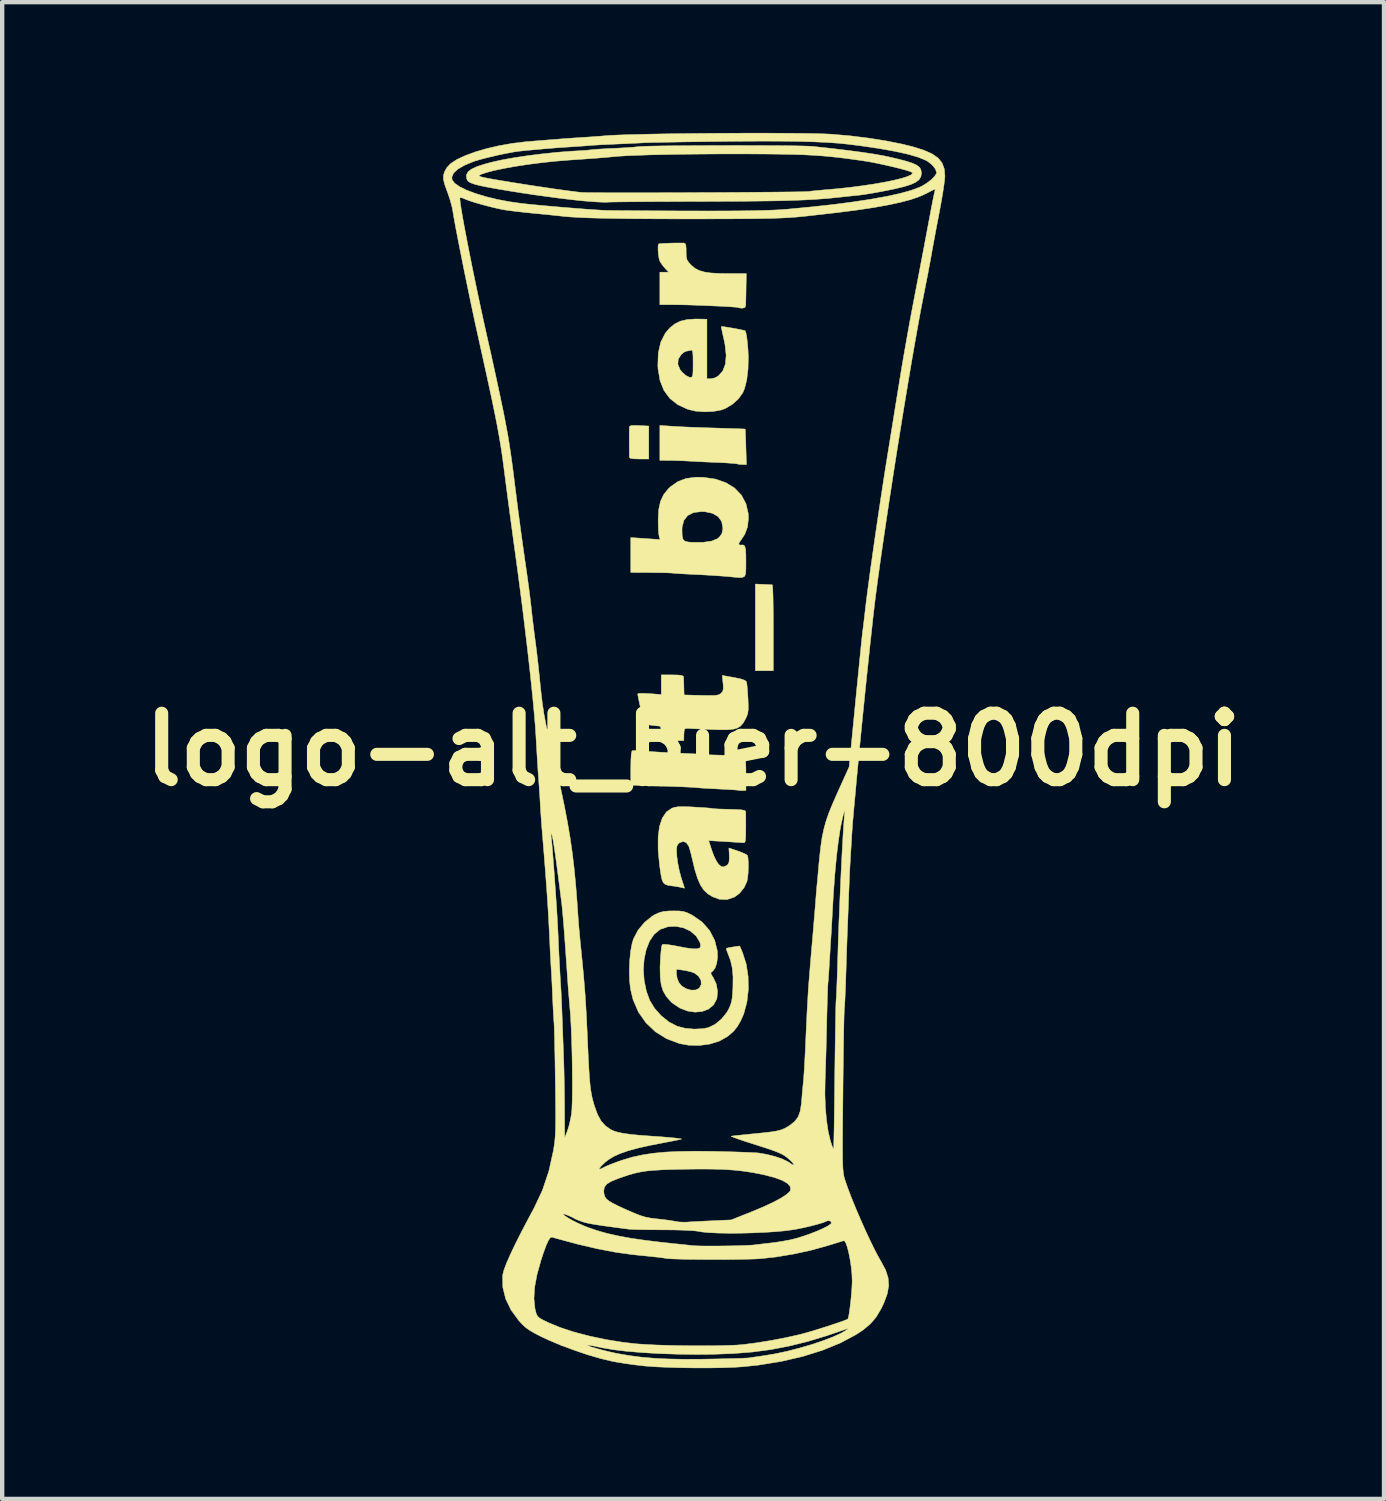
<source format=kicad_pcb>
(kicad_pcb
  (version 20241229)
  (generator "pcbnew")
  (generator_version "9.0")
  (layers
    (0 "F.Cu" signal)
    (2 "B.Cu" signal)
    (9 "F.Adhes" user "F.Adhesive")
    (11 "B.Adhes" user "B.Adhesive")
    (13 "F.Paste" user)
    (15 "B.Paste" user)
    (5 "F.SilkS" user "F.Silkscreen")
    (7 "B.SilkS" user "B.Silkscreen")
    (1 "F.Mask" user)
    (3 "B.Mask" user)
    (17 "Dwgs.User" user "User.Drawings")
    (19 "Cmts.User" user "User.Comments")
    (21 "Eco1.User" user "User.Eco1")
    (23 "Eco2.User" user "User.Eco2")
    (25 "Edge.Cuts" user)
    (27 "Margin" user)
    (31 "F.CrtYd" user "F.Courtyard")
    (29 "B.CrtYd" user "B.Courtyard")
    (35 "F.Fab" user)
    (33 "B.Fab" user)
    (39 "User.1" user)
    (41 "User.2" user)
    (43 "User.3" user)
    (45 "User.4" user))
  (footprint "logo-alt_bier-800dpi"
    (layer "F.Cu")
    (at 12.852 14.149)
    (property "Reference" "logo-alt_bier-800dpi" (at 0 0 0) (layer "F.SilkS") (effects (font (size 1.524 1.524) (thickness 0.3))))
    (attr through_hole)
    (fp_poly (pts (xy 1.611 -3.791) (xy 1.714 -3.786) (xy 1.791 -3.782) (xy 1.818 -3.781) (xy 1.824 -3.75) (xy 1.829 -3.663) (xy 1.834 -3.528) (xy 1.837 -3.352) (xy 1.84 -3.143) (xy 1.841 -2.91) (xy 1.841 -2.794) (xy 1.841 -1.81) (xy 1.429 -1.81) (xy 1.429 -3.799) (xy 1.611 -3.791)) (stroke (width 0.01) (type solid)) (fill yes) (layer "F.SilkS"))
    (fp_poly (pts (xy -1.238 -7.435) (xy -1.016 -7.424) (xy -1.016 -6.668) (xy -1.238 -6.668) (xy -1.368 -6.672) (xy -1.44 -6.685) (xy -1.462 -6.707) (xy -1.462 -6.771) (xy -1.463 -6.875) (xy -1.464 -7.003) (xy -1.464 -7.137) (xy -1.464 -7.259) (xy -1.463 -7.352) (xy -1.463 -7.398) (xy -1.45 -7.423) (xy -1.406 -7.436) (xy -1.32 -7.438) (xy -1.238 -7.435)) (stroke (width 0.01) (type solid)) (fill yes) (layer "F.SilkS"))
    (fp_poly (pts (xy -0.468 -7.418) (xy -0.345 -7.411) (xy -0.173 -7.402) (xy 0.032 -7.394) (xy 0.255 -7.386) (xy 0.481 -7.379) (xy 0.508 -7.378) (xy 0.709 -7.372) (xy 0.887 -7.366) (xy 1.032 -7.362) (xy 1.136 -7.358) (xy 1.19 -7.355) (xy 1.195 -7.354) (xy 1.198 -7.323) (xy 1.202 -7.24) (xy 1.207 -7.118) (xy 1.212 -6.969) (xy 1.212 -6.945) (xy 1.225 -6.54) (xy 1.126 -6.54) (xy 1.052 -6.545) (xy 1.012 -6.555) (xy 1.012 -6.555) (xy 0.977 -6.562) (xy 0.889 -6.569) (xy 0.761 -6.578) (xy 0.604 -6.586) (xy 0.522 -6.589) (xy 0.34 -6.597) (xy 0.167 -6.605) (xy 0.018 -6.613) (xy -0.088 -6.619) (xy -0.111 -6.62) (xy -0.225 -6.626) (xy -0.371 -6.631) (xy -0.516 -6.634) (xy -0.762 -6.636) (xy -0.762 -7.438) (xy -0.468 -7.418)) (stroke (width 0.01) (type solid)) (fill yes) (layer "F.SilkS"))
    (fp_poly (pts (xy -1.256 0.026) (xy -1.137 0.033) (xy -1.104 0.036) (xy -0.98 0.045) (xy -0.811 0.056) (xy -0.617 0.067) (xy -0.416 0.077) (xy -0.337 0.08) (xy -0.156 0.088) (xy 0.01 0.097) (xy 0.146 0.104) (xy 0.24 0.111) (xy 0.27 0.113) (xy 0.338 0.118) (xy 0.453 0.123) (xy 0.601 0.127) (xy 0.764 0.13) (xy 0.771 0.13) (xy 0.925 0.134) (xy 1.055 0.142) (xy 1.149 0.153) (xy 1.193 0.164) (xy 1.195 0.166) (xy 1.202 0.208) (xy 1.208 0.299) (xy 1.212 0.427) (xy 1.213 0.566) (xy 1.213 0.937) (xy 1.131 0.94) (xy 1.066 0.939) (xy 1.04 0.934) (xy 1.006 0.929) (xy 0.921 0.922) (xy 0.796 0.915) (xy 0.643 0.907) (xy 0.587 0.904) (xy 0.419 0.895) (xy 0.268 0.887) (xy 0.149 0.879) (xy 0.075 0.872) (xy 0.065 0.871) (xy 0.011 0.867) (xy -0.096 0.861) (xy -0.245 0.854) (xy -0.427 0.847) (xy -0.631 0.84) (xy -0.721 0.837) (xy -1.429 0.816) (xy -1.429 0.426) (xy -1.426 0.241) (xy -1.418 0.11) (xy -1.404 0.039) (xy -1.394 0.026) (xy -1.348 0.023) (xy -1.256 0.026)) (stroke (width 0.01) (type solid)) (fill yes) (layer "F.SilkS"))
    (fp_poly (pts (xy -0.226 -11.623) (xy -0.214 -11.623) (xy -0.183 -11.612) (xy -0.166 -11.572) (xy -0.159 -11.491) (xy -0.159 -11.426) (xy -0.156 -11.314) (xy -0.14 -11.241) (xy -0.102 -11.18) (xy -0.04 -11.113) (xy 0.042 -11.044) (xy 0.137 -10.994) (xy 0.257 -10.958) (xy 0.41 -10.936) (xy 0.607 -10.925) (xy 0.819 -10.922) (xy 1.222 -10.922) (xy 1.216 -10.597) (xy 1.214 -10.452) (xy 1.211 -10.324) (xy 1.209 -10.232) (xy 1.209 -10.2) (xy 1.189 -10.143) (xy 1.132 -10.128) (xy 1.069 -10.133) (xy 1.045 -10.141) (xy 1.01 -10.148) (xy 0.921 -10.155) (xy 0.79 -10.164) (xy 0.627 -10.173) (xy 0.442 -10.181) (xy 0.246 -10.19) (xy 0.05 -10.197) (xy -0.137 -10.203) (xy -0.303 -10.206) (xy -0.437 -10.208) (xy -0.762 -10.208) (xy -0.762 -10.581) (xy -0.762 -10.954) (xy -0.56 -10.954) (xy -0.641 -11.041) (xy -0.708 -11.122) (xy -0.759 -11.199) (xy -0.761 -11.204) (xy -0.781 -11.268) (xy -0.796 -11.363) (xy -0.803 -11.465) (xy -0.803 -11.552) (xy -0.792 -11.601) (xy -0.791 -11.603) (xy -0.756 -11.608) (xy -0.675 -11.614) (xy -0.564 -11.619) (xy -0.441 -11.623) (xy -0.323 -11.624) (xy -0.226 -11.623)) (stroke (width 0.01) (type solid)) (fill yes) (layer "F.SilkS"))
    (fp_poly (pts (xy -0.336 -1.711) (xy -0.253 -1.699) (xy -0.22 -1.679) (xy -0.219 -1.675) (xy -0.216 -1.623) (xy -0.213 -1.531) (xy -0.211 -1.445) (xy -0.206 -1.254) (xy 0.186 -1.244) (xy 0.354 -1.241) (xy 0.471 -1.242) (xy 0.548 -1.249) (xy 0.599 -1.263) (xy 0.635 -1.286) (xy 0.642 -1.292) (xy 0.678 -1.335) (xy 0.694 -1.392) (xy 0.691 -1.483) (xy 0.687 -1.526) (xy 0.669 -1.702) (xy 0.936 -1.655) (xy 1.092 -1.623) (xy 1.187 -1.59) (xy 1.224 -1.558) (xy 1.234 -1.507) (xy 1.245 -1.408) (xy 1.254 -1.277) (xy 1.26 -1.175) (xy 1.266 -1.021) (xy 1.265 -0.913) (xy 1.255 -0.834) (xy 1.234 -0.768) (xy 1.201 -0.699) (xy 1.148 -0.607) (xy 1.089 -0.54) (xy 1.015 -0.494) (xy 0.916 -0.467) (xy 0.782 -0.455) (xy 0.602 -0.455) (xy 0.429 -0.461) (xy 0.255 -0.469) (xy 0.098 -0.476) (xy -0.028 -0.482) (xy -0.109 -0.486) (xy -0.127 -0.487) (xy -0.176 -0.484) (xy -0.2 -0.457) (xy -0.208 -0.39) (xy -0.21 -0.349) (xy -0.213 -0.206) (xy -0.337 -0.206) (xy -0.454 -0.209) (xy -0.58 -0.215) (xy -0.595 -0.216) (xy -0.73 -0.226) (xy -0.73 -0.383) (xy -0.734 -0.479) (xy -0.75 -0.527) (xy -0.783 -0.541) (xy -0.786 -0.541) (xy -0.878 -0.548) (xy -0.979 -0.562) (xy -1.064 -0.579) (xy -1.112 -0.596) (xy -1.114 -0.598) (xy -1.127 -0.634) (xy -1.149 -0.717) (xy -1.176 -0.829) (xy -1.206 -0.956) (xy -1.233 -1.08) (xy -1.255 -1.187) (xy -1.268 -1.26) (xy -1.27 -1.279) (xy -1.241 -1.288) (xy -1.163 -1.291) (xy -1.051 -1.287) (xy -1 -1.284) (xy -0.73 -1.264) (xy -0.73 -1.714) (xy -0.476 -1.714) (xy -0.336 -1.711)) (stroke (width 0.01) (type solid)) (fill yes) (layer "F.SilkS"))
    (fp_poly (pts (xy 0.214 -9.878) (xy 0.318 -9.874) (xy 0.318 -8.509) (xy 0.408 -8.509) (xy 0.5 -8.529) (xy 0.579 -8.572) (xy 0.682 -8.689) (xy 0.742 -8.847) (xy 0.759 -9.046) (xy 0.733 -9.29) (xy 0.701 -9.445) (xy 0.674 -9.563) (xy 0.655 -9.654) (xy 0.647 -9.703) (xy 0.648 -9.707) (xy 0.68 -9.706) (xy 0.757 -9.695) (xy 0.861 -9.678) (xy 0.975 -9.658) (xy 1.08 -9.638) (xy 1.159 -9.621) (xy 1.195 -9.611) (xy 1.195 -9.61) (xy 1.213 -9.563) (xy 1.231 -9.467) (xy 1.247 -9.335) (xy 1.26 -9.183) (xy 1.267 -9.023) (xy 1.268 -9.004) (xy 1.261 -8.73) (xy 1.232 -8.487) (xy 1.182 -8.286) (xy 1.142 -8.189) (xy 1.043 -8.05) (xy 0.903 -7.924) (xy 0.743 -7.828) (xy 0.654 -7.794) (xy 0.469 -7.759) (xy 0.257 -7.75) (xy 0.049 -7.767) (xy -0.117 -7.806) (xy -0.35 -7.913) (xy -0.533 -8.057) (xy -0.668 -8.241) (xy -0.758 -8.467) (xy -0.804 -8.738) (xy -0.808 -8.811) (xy -0.807 -8.84) (xy -0.349 -8.84) (xy -0.299 -8.719) (xy -0.241 -8.649) (xy -0.164 -8.584) (xy -0.091 -8.546) (xy -0.067 -8.541) (xy -0.036 -8.544) (xy -0.017 -8.563) (xy -0.006 -8.608) (xy -0.001 -8.691) (xy -0.000023 -8.824) (xy 0 -8.862) (xy -0.001 -9.007) (xy -0.006 -9.1) (xy -0.015 -9.15) (xy -0.032 -9.166) (xy -0.05 -9.163) (xy -0.123 -9.146) (xy -0.147 -9.144) (xy -0.2 -9.123) (xy -0.265 -9.072) (xy -0.271 -9.066) (xy -0.34 -8.959) (xy -0.349 -8.84) (xy -0.807 -8.84) (xy -0.798 -9.101) (xy -0.741 -9.349) (xy -0.637 -9.555) (xy -0.535 -9.674) (xy -0.42 -9.767) (xy -0.293 -9.83) (xy -0.141 -9.866) (xy 0.049 -9.88) (xy 0.214 -9.878)) (stroke (width 0.01) (type solid)) (fill yes) (layer "F.SilkS"))
    (fp_poly (pts (xy 0.235 -6.247) (xy 0.514 -6.207) (xy 0.755 -6.123) (xy 0.955 -5.999) (xy 1.109 -5.838) (xy 1.213 -5.644) (xy 1.265 -5.419) (xy 1.27 -5.317) (xy 1.251 -5.115) (xy 1.188 -4.943) (xy 1.106 -4.818) (xy 1.054 -4.742) (xy 1.049 -4.703) (xy 1.093 -4.693) (xy 1.133 -4.696) (xy 1.167 -4.69) (xy 1.19 -4.656) (xy 1.205 -4.585) (xy 1.212 -4.469) (xy 1.213 -4.298) (xy 1.213 -4.29) (xy 1.212 -4.141) (xy 1.207 -4.041) (xy 1.186 -3.98) (xy 1.138 -3.951) (xy 1.055 -3.947) (xy 0.925 -3.958) (xy 0.81 -3.97) (xy 0.684 -3.98) (xy 0.514 -3.992) (xy 0.32 -4.004) (xy 0.122 -4.015) (xy 0.064 -4.017) (xy -0.11 -4.026) (xy -0.263 -4.034) (xy -0.383 -4.042) (xy -0.459 -4.048) (xy -0.476 -4.05) (xy -0.524 -4.053) (xy -0.622 -4.057) (xy -0.758 -4.059) (xy -0.919 -4.061) (xy -0.976 -4.062) (xy -1.429 -4.064) (xy -1.429 -4.865) (xy -1.092 -4.842) (xy -0.756 -4.819) (xy -0.778 -4.89) (xy -0.788 -4.952) (xy -0.794 -5.042) (xy -0.254 -5.042) (xy -0.25 -4.909) (xy -0.232 -4.827) (xy -0.19 -4.783) (xy -0.113 -4.763) (xy -0.02 -4.756) (xy 0.228 -4.756) (xy 0.42 -4.783) (xy 0.555 -4.837) (xy 0.6 -4.872) (xy 0.659 -4.951) (xy 0.681 -5.047) (xy 0.683 -5.093) (xy 0.655 -5.236) (xy 0.575 -5.346) (xy 0.447 -5.421) (xy 0.273 -5.458) (xy 0.19 -5.461) (xy 0.011 -5.439) (xy -0.122 -5.372) (xy -0.21 -5.261) (xy -0.251 -5.108) (xy -0.254 -5.042) (xy -0.794 -5.042) (xy -0.796 -5.059) (xy -0.8 -5.193) (xy -0.801 -5.268) (xy -0.789 -5.504) (xy -0.748 -5.694) (xy -0.675 -5.851) (xy -0.564 -5.988) (xy -0.514 -6.034) (xy -0.348 -6.15) (xy -0.159 -6.221) (xy 0.063 -6.25) (xy 0.235 -6.247)) (stroke (width 0.01) (type solid)) (fill yes) (layer "F.SilkS"))
    (fp_poly (pts (xy -0.091 1.312) (xy 0.029 1.319) (xy 0.182 1.328) (xy 0.311 1.337) (xy 0.403 1.345) (xy 0.446 1.351) (xy 0.447 1.352) (xy 0.484 1.356) (xy 0.572 1.362) (xy 0.696 1.366) (xy 0.836 1.37) (xy 0.998 1.375) (xy 1.106 1.382) (xy 1.17 1.393) (xy 1.201 1.409) (xy 1.209 1.427) (xy 1.209 1.478) (xy 1.21 1.577) (xy 1.21 1.707) (xy 1.21 1.81) (xy 1.208 1.959) (xy 1.204 2.056) (xy 1.195 2.11) (xy 1.178 2.134) (xy 1.153 2.138) (xy 1.153 2.138) (xy 1.1 2.134) (xy 0.999 2.127) (xy 0.865 2.118) (xy 0.728 2.11) (xy 0.358 2.088) (xy 0.434 2.322) (xy 0.481 2.447) (xy 0.535 2.556) (xy 0.583 2.629) (xy 0.587 2.633) (xy 0.647 2.683) (xy 0.698 2.691) (xy 0.745 2.673) (xy 0.793 2.643) (xy 0.821 2.596) (xy 0.831 2.518) (xy 0.829 2.394) (xy 0.828 2.375) (xy 0.822 2.257) (xy 1.022 2.324) (xy 1.128 2.364) (xy 1.209 2.401) (xy 1.246 2.426) (xy 1.26 2.481) (xy 1.267 2.58) (xy 1.268 2.704) (xy 1.263 2.833) (xy 1.251 2.95) (xy 1.237 3.023) (xy 1.171 3.167) (xy 1.067 3.296) (xy 0.952 3.382) (xy 0.78 3.44) (xy 0.607 3.435) (xy 0.453 3.379) (xy 0.34 3.311) (xy 0.247 3.223) (xy 0.169 3.106) (xy 0.102 2.953) (xy 0.04 2.753) (xy -0.015 2.524) (xy -0.045 2.399) (xy -0.075 2.288) (xy -0.099 2.216) (xy -0.156 2.134) (xy -0.231 2.107) (xy -0.312 2.139) (xy -0.324 2.148) (xy -0.357 2.185) (xy -0.374 2.233) (xy -0.379 2.307) (xy -0.373 2.425) (xy -0.372 2.445) (xy -0.352 2.599) (xy -0.317 2.775) (xy -0.275 2.932) (xy -0.195 3.181) (xy -0.264 3.164) (xy -0.335 3.15) (xy -0.44 3.133) (xy -0.503 3.125) (xy -0.583 3.112) (xy -0.641 3.091) (xy -0.682 3.053) (xy -0.712 2.987) (xy -0.735 2.882) (xy -0.758 2.729) (xy -0.77 2.644) (xy -0.802 2.302) (xy -0.802 2.009) (xy -0.771 1.765) (xy -0.707 1.572) (xy -0.612 1.431) (xy -0.486 1.345) (xy -0.422 1.324) (xy -0.344 1.312) (xy -0.239 1.309) (xy -0.091 1.312)) (stroke (width 0.01) (type solid)) (fill yes) (layer "F.SilkS"))
    (fp_poly (pts (xy -0.324 3.702) (xy -0.225 3.714) (xy -0.137 3.742) (xy -0.034 3.792) (xy -0.005 3.808) (xy 0.21 3.959) (xy 0.378 4.15) (xy 0.496 4.376) (xy 0.557 4.62) (xy 0.562 4.763) (xy 0.543 4.9) (xy 0.505 5.013) (xy 0.452 5.083) (xy 0.447 5.086) (xy 0.413 5.112) (xy 0.411 5.144) (xy 0.443 5.201) (xy 0.463 5.23) (xy 0.533 5.38) (xy 0.562 5.548) (xy 0.547 5.708) (xy 0.54 5.729) (xy 0.467 5.861) (xy 0.353 5.955) (xy 0.208 6.009) (xy 0.044 6.024) (xy -0.129 5.998) (xy -0.303 5.93) (xy -0.466 5.822) (xy -0.512 5.78) (xy -0.613 5.666) (xy -0.685 5.543) (xy -0.731 5.399) (xy -0.754 5.222) (xy -0.755 5.141) (xy -0.381 5.141) (xy -0.366 5.244) (xy -0.331 5.338) (xy -0.26 5.425) (xy -0.157 5.487) (xy -0.043 5.519) (xy 0.063 5.515) (xy 0.141 5.475) (xy 0.187 5.389) (xy 0.181 5.293) (xy 0.127 5.2) (xy 0.036 5.13) (xy -0.05 5.098) (xy -0.163 5.071) (xy -0.217 5.062) (xy -0.381 5.04) (xy -0.381 5.141) (xy -0.755 5.141) (xy -0.758 5.001) (xy -0.753 4.879) (xy -0.744 4.729) (xy -0.733 4.603) (xy -0.72 4.513) (xy -0.708 4.474) (xy -0.667 4.468) (xy -0.577 4.475) (xy -0.453 4.494) (xy -0.364 4.511) (xy -0.158 4.55) (xy -0.008 4.57) (xy 0.094 4.571) (xy 0.153 4.552) (xy 0.174 4.51) (xy 0.164 4.446) (xy 0.154 4.416) (xy 0.069 4.275) (xy -0.061 4.165) (xy -0.22 4.09) (xy -0.397 4.055) (xy -0.576 4.064) (xy -0.746 4.122) (xy -0.761 4.13) (xy -0.894 4.239) (xy -0.999 4.395) (xy -1.076 4.59) (xy -1.123 4.812) (xy -1.139 5.052) (xy -1.122 5.299) (xy -1.071 5.544) (xy -0.996 5.75) (xy -0.886 5.933) (xy -0.733 6.105) (xy -0.554 6.248) (xy -0.368 6.346) (xy -0.365 6.347) (xy -0.181 6.394) (xy 0.026 6.413) (xy 0.229 6.403) (xy 0.354 6.377) (xy 0.505 6.303) (xy 0.651 6.183) (xy 0.774 6.031) (xy 0.816 5.958) (xy 0.856 5.87) (xy 0.883 5.783) (xy 0.9 5.677) (xy 0.91 5.533) (xy 0.914 5.454) (xy 0.917 5.214) (xy 0.9 5.016) (xy 0.86 4.841) (xy 0.804 4.691) (xy 0.774 4.614) (xy 0.763 4.566) (xy 0.765 4.56) (xy 0.801 4.549) (xy 0.879 4.534) (xy 0.924 4.527) (xy 1.071 4.506) (xy 1.135 4.658) (xy 1.219 4.92) (xy 1.263 5.208) (xy 1.268 5.506) (xy 1.235 5.796) (xy 1.163 6.062) (xy 1.096 6.216) (xy 1.017 6.353) (xy 0.935 6.457) (xy 0.827 6.552) (xy 0.787 6.584) (xy 0.607 6.686) (xy 0.388 6.755) (xy 0.147 6.788) (xy -0.1 6.783) (xy -0.309 6.746) (xy -0.605 6.635) (xy -0.863 6.475) (xy -1.081 6.269) (xy -1.253 6.023) (xy -1.376 5.74) (xy -1.437 5.489) (xy -1.458 5.291) (xy -1.463 5.068) (xy -1.454 4.839) (xy -1.432 4.623) (xy -1.397 4.438) (xy -1.368 4.345) (xy -1.262 4.143) (xy -1.112 3.962) (xy -0.935 3.82) (xy -0.877 3.786) (xy -0.776 3.74) (xy -0.678 3.714) (xy -0.559 3.703) (xy -0.46 3.701) (xy -0.324 3.702)) (stroke (width 0.01) (type solid)) (fill yes) (layer "F.SilkS"))
    (fp_poly (pts (xy 1.313 -13.86) (xy 1.61 -13.859) (xy 1.889 -13.858) (xy 2.141 -13.856) (xy 2.359 -13.853) (xy 2.538 -13.849) (xy 2.669 -13.845) (xy 2.746 -13.84) (xy 3.188 -13.792) (xy 3.569 -13.746) (xy 3.891 -13.703) (xy 4.158 -13.663) (xy 4.372 -13.625) (xy 4.477 -13.603) (xy 4.717 -13.547) (xy 4.902 -13.498) (xy 5.039 -13.453) (xy 5.133 -13.409) (xy 5.194 -13.362) (xy 5.226 -13.309) (xy 5.238 -13.246) (xy 5.239 -13.224) (xy 5.227 -13.145) (xy 5.186 -13.077) (xy 5.11 -13.018) (xy 4.994 -12.965) (xy 4.83 -12.914) (xy 4.614 -12.863) (xy 4.455 -12.83) (xy 4.272 -12.795) (xy 4.093 -12.763) (xy 3.937 -12.738) (xy 3.82 -12.722) (xy 3.794 -12.719) (xy 3.673 -12.707) (xy 3.516 -12.691) (xy 3.353 -12.673) (xy 3.302 -12.668) (xy 3.133 -12.65) (xy 2.958 -12.636) (xy 2.773 -12.623) (xy 2.57 -12.612) (xy 2.345 -12.603) (xy 2.091 -12.595) (xy 1.803 -12.589) (xy 1.476 -12.585) (xy 1.103 -12.581) (xy 0.679 -12.579) (xy 0.198 -12.577) (xy 0.114 -12.577) (xy -0.238 -12.576) (xy -0.572 -12.574) (xy -0.883 -12.573) (xy -1.165 -12.571) (xy -1.413 -12.569) (xy -1.621 -12.567) (xy -1.782 -12.565) (xy -1.893 -12.563) (xy -1.947 -12.561) (xy -1.95 -12.56) (xy -2.008 -12.558) (xy -2.113 -12.561) (xy -2.249 -12.568) (xy -2.365 -12.576) (xy -2.567 -12.594) (xy -2.806 -12.62) (xy -3.072 -12.652) (xy -3.356 -12.69) (xy -3.647 -12.73) (xy -3.935 -12.773) (xy -4.211 -12.817) (xy -4.465 -12.859) (xy -4.686 -12.899) (xy -4.866 -12.935) (xy -4.994 -12.966) (xy -5.008 -12.97) (xy -5.111 -13.007) (xy -5.168 -13.046) (xy -5.195 -13.1) (xy -5.195 -13.103) (xy -5.199 -13.163) (xy -4.91 -13.163) (xy -4.87 -13.144) (xy -4.813 -13.129) (xy -4.702 -13.107) (xy -4.546 -13.079) (xy -4.354 -13.047) (xy -4.136 -13.011) (xy -3.9 -12.973) (xy -3.655 -12.935) (xy -3.411 -12.899) (xy -3.176 -12.864) (xy -2.96 -12.834) (xy -2.772 -12.809) (xy -2.62 -12.79) (xy -2.556 -12.784) (xy -2.498 -12.781) (xy -2.385 -12.78) (xy -2.22 -12.778) (xy -2.011 -12.777) (xy -1.763 -12.777) (xy -1.483 -12.777) (xy -1.175 -12.777) (xy -0.846 -12.777) (xy -0.503 -12.778) (xy -0.15 -12.779) (xy 0.206 -12.781) (xy 0.559 -12.782) (xy 0.904 -12.784) (xy 1.234 -12.786) (xy 1.544 -12.789) (xy 1.828 -12.791) (xy 2.079 -12.794) (xy 2.293 -12.796) (xy 2.462 -12.799) (xy 2.581 -12.802) (xy 2.644 -12.805) (xy 2.651 -12.805) (xy 2.729 -12.816) (xy 2.846 -12.828) (xy 2.98 -12.84) (xy 3 -12.842) (xy 3.302 -12.868) (xy 3.599 -12.9) (xy 3.883 -12.937) (xy 4.149 -12.977) (xy 4.392 -13.019) (xy 4.604 -13.062) (xy 4.781 -13.106) (xy 4.916 -13.148) (xy 5.002 -13.187) (xy 5.035 -13.223) (xy 5.028 -13.241) (xy 4.983 -13.263) (xy 4.887 -13.293) (xy 4.753 -13.33) (xy 4.592 -13.37) (xy 4.417 -13.41) (xy 4.239 -13.449) (xy 4.07 -13.482) (xy 3.923 -13.506) (xy 3.921 -13.507) (xy 3.666 -13.543) (xy 3.432 -13.574) (xy 3.209 -13.599) (xy 2.989 -13.62) (xy 2.763 -13.636) (xy 2.522 -13.648) (xy 2.257 -13.656) (xy 1.96 -13.662) (xy 1.62 -13.666) (xy 1.229 -13.667) (xy 1.048 -13.667) (xy 0.594 -13.667) (xy 0.161 -13.664) (xy -0.248 -13.66) (xy -0.625 -13.653) (xy -0.965 -13.646) (xy -1.263 -13.636) (xy -1.513 -13.626) (xy -1.71 -13.614) (xy -1.826 -13.604) (xy -1.919 -13.595) (xy -2.038 -13.584) (xy -2.189 -13.572) (xy -2.38 -13.558) (xy -2.621 -13.541) (xy -2.857 -13.525) (xy -3.159 -13.5) (xy -3.468 -13.467) (xy -3.773 -13.428) (xy -4.064 -13.384) (xy -4.33 -13.336) (xy -4.562 -13.288) (xy -4.747 -13.239) (xy -4.843 -13.207) (xy -4.904 -13.18) (xy -4.91 -13.163) (xy -5.199 -13.163) (xy -5.2 -13.183) (xy -5.165 -13.254) (xy -5.087 -13.317) (xy -4.959 -13.377) (xy -4.776 -13.436) (xy -4.62 -13.478) (xy -4.386 -13.53) (xy -4.103 -13.581) (xy -3.788 -13.628) (xy -3.453 -13.67) (xy -3.116 -13.705) (xy -2.791 -13.73) (xy -2.715 -13.734) (xy -2.566 -13.743) (xy -2.441 -13.752) (xy -2.354 -13.76) (xy -2.317 -13.765) (xy -2.317 -13.765) (xy -2.281 -13.769) (xy -2.194 -13.776) (xy -2.065 -13.783) (xy -1.908 -13.792) (xy -1.825 -13.795) (xy -1.651 -13.804) (xy -1.495 -13.813) (xy -1.369 -13.822) (xy -1.288 -13.831) (xy -1.27 -13.833) (xy -1.214 -13.838) (xy -1.102 -13.843) (xy -0.941 -13.847) (xy -0.736 -13.851) (xy -0.496 -13.854) (xy -0.226 -13.856) (xy 0.065 -13.858) (xy 0.372 -13.859) (xy 0.686 -13.86) (xy 1.002 -13.861) (xy 1.313 -13.86)) (stroke (width 0.01) (type solid)) (fill yes) (layer "F.SilkS"))
    (fp_poly (pts (xy 1.935 -14.143) (xy 2.256 -14.141) (xy 2.546 -14.138) (xy 2.797 -14.134) (xy 3.002 -14.128) (xy 3.156 -14.121) (xy 3.175 -14.12) (xy 3.601 -14.083) (xy 4.024 -14.031) (xy 4.427 -13.967) (xy 4.796 -13.893) (xy 5.051 -13.83) (xy 5.297 -13.752) (xy 5.485 -13.669) (xy 5.622 -13.573) (xy 5.713 -13.461) (xy 5.763 -13.327) (xy 5.778 -13.166) (xy 5.779 -13.164) (xy 5.772 -13.079) (xy 5.755 -12.944) (xy 5.729 -12.773) (xy 5.696 -12.578) (xy 5.658 -12.371) (xy 5.653 -12.345) (xy 5.611 -12.126) (xy 5.569 -11.906) (xy 5.531 -11.701) (xy 5.499 -11.527) (xy 5.476 -11.399) (xy 5.476 -11.398) (xy 5.454 -11.276) (xy 5.422 -11.105) (xy 5.384 -10.901) (xy 5.34 -10.678) (xy 5.295 -10.449) (xy 5.282 -10.382) (xy 5.222 -10.074) (xy 5.156 -9.71) (xy 5.083 -9.299) (xy 5.005 -8.849) (xy 4.924 -8.366) (xy 4.84 -7.859) (xy 4.755 -7.336) (xy 4.67 -6.804) (xy 4.587 -6.271) (xy 4.506 -5.745) (xy 4.429 -5.233) (xy 4.357 -4.743) (xy 4.291 -4.284) (xy 4.233 -3.862) (xy 4.183 -3.485) (xy 4.176 -3.429) (xy 4.154 -3.243) (xy 4.126 -3.002) (xy 4.095 -2.715) (xy 4.059 -2.389) (xy 4.022 -2.034) (xy 3.982 -1.657) (xy 3.942 -1.267) (xy 3.902 -0.873) (xy 3.863 -0.482) (xy 3.826 -0.103) (xy 3.792 0.256) (xy 3.761 0.586) (xy 3.747 0.73) (xy 3.728 0.947) (xy 3.709 1.152) (xy 3.692 1.334) (xy 3.679 1.481) (xy 3.67 1.58) (xy 3.668 1.603) (xy 3.659 1.709) (xy 3.649 1.852) (xy 3.639 2.008) (xy 3.636 2.064) (xy 3.626 2.233) (xy 3.615 2.413) (xy 3.606 2.571) (xy 3.604 2.603) (xy 3.597 2.725) (xy 3.59 2.889) (xy 3.582 3.079) (xy 3.574 3.272) (xy 3.572 3.318) (xy 3.565 3.528) (xy 3.556 3.757) (xy 3.548 3.977) (xy 3.54 4.162) (xy 3.54 4.175) (xy 3.534 4.334) (xy 3.527 4.537) (xy 3.519 4.766) (xy 3.512 5.002) (xy 3.506 5.191) (xy 3.5 5.393) (xy 3.492 5.58) (xy 3.485 5.741) (xy 3.478 5.862) (xy 3.472 5.934) (xy 3.472 5.937) (xy 3.469 5.989) (xy 3.465 6.098) (xy 3.461 6.259) (xy 3.457 6.464) (xy 3.453 6.709) (xy 3.449 6.987) (xy 3.445 7.292) (xy 3.441 7.617) (xy 3.439 7.858) (xy 3.435 8.243) (xy 3.432 8.571) (xy 3.43 8.845) (xy 3.429 9.073) (xy 3.43 9.258) (xy 3.431 9.408) (xy 3.435 9.526) (xy 3.439 9.619) (xy 3.446 9.692) (xy 3.454 9.75) (xy 3.464 9.799) (xy 3.476 9.845) (xy 3.485 9.874) (xy 3.547 10.054) (xy 3.63 10.272) (xy 3.729 10.515) (xy 3.838 10.77) (xy 3.951 11.025) (xy 4.064 11.266) (xy 4.169 11.481) (xy 4.262 11.657) (xy 4.31 11.739) (xy 4.416 11.937) (xy 4.475 12.118) (xy 4.489 12.297) (xy 4.456 12.486) (xy 4.377 12.699) (xy 4.316 12.827) (xy 4.205 13.015) (xy 4.072 13.173) (xy 3.901 13.316) (xy 3.739 13.423) (xy 3.381 13.614) (xy 2.97 13.782) (xy 2.515 13.924) (xy 2.023 14.038) (xy 1.501 14.122) (xy 1.143 14.16) (xy 0.925 14.174) (xy 0.659 14.183) (xy 0.361 14.187) (xy 0.045 14.187) (xy -0.273 14.183) (xy -0.577 14.174) (xy -0.853 14.162) (xy -1.085 14.145) (xy -1.127 14.141) (xy -1.324 14.118) (xy -1.537 14.089) (xy -1.737 14.057) (xy -1.87 14.032) (xy -2.126 13.97) (xy -2.418 13.885) (xy -2.725 13.781) (xy -3.029 13.668) (xy -3.042 13.663) (xy -2.434 13.663) (xy -2.413 13.677) (xy -2.343 13.703) (xy -2.236 13.735) (xy -2.105 13.771) (xy -1.961 13.807) (xy -1.818 13.84) (xy -1.73 13.858) (xy -1.462 13.904) (xy -1.188 13.94) (xy -0.897 13.965) (xy -0.578 13.981) (xy -0.221 13.988) (xy 0.186 13.987) (xy 0.286 13.985) (xy 0.524 13.981) (xy 0.746 13.976) (xy 0.941 13.971) (xy 1.102 13.966) (xy 1.219 13.961) (xy 1.282 13.957) (xy 1.286 13.956) (xy 1.363 13.944) (xy 1.48 13.927) (xy 1.614 13.908) (xy 1.635 13.905) (xy 1.89 13.862) (xy 2.165 13.803) (xy 2.446 13.73) (xy 2.722 13.65) (xy 2.98 13.563) (xy 3.208 13.476) (xy 3.395 13.391) (xy 3.493 13.335) (xy 3.546 13.298) (xy 3.554 13.284) (xy 3.54 13.287) (xy 3.062 13.45) (xy 2.621 13.583) (xy 2.2 13.687) (xy 1.787 13.766) (xy 1.366 13.822) (xy 0.923 13.857) (xy 0.442 13.875) (xy 0.079 13.878) (xy -0.359 13.872) (xy -0.779 13.858) (xy -1.17 13.835) (xy -1.524 13.805) (xy -1.834 13.768) (xy -2.091 13.724) (xy -2.132 13.715) (xy -2.259 13.688) (xy -2.36 13.67) (xy -2.422 13.662) (xy -2.434 13.663) (xy -3.042 13.663) (xy -3.31 13.55) (xy -3.477 13.472) (xy -3.638 13.39) (xy -3.757 13.32) (xy -3.849 13.253) (xy -3.932 13.175) (xy -3.997 13.103) (xy -4.176 12.858) (xy -4.3 12.602) (xy -4.301 12.596) (xy -3.651 12.596) (xy -3.628 12.822) (xy -3.615 12.88) (xy -3.595 12.95) (xy -3.568 13.001) (xy -3.523 13.042) (xy -3.445 13.087) (xy -3.323 13.146) (xy -3.321 13.147) (xy -3.05 13.259) (xy -2.73 13.364) (xy -2.374 13.457) (xy -1.995 13.537) (xy -1.609 13.599) (xy -1.299 13.634) (xy -1.103 13.648) (xy -0.865 13.66) (xy -0.596 13.669) (xy -0.308 13.675) (xy -0.013 13.679) (xy 0.277 13.679) (xy 0.55 13.677) (xy 0.794 13.671) (xy 0.998 13.663) (xy 1.136 13.652) (xy 1.436 13.614) (xy 1.768 13.561) (xy 2.106 13.497) (xy 2.42 13.427) (xy 2.477 13.413) (xy 2.588 13.383) (xy 2.73 13.342) (xy 2.889 13.293) (xy 3.054 13.241) (xy 3.213 13.189) (xy 3.354 13.141) (xy 3.465 13.102) (xy 3.534 13.074) (xy 3.551 13.065) (xy 3.566 13.023) (xy 3.583 12.931) (xy 3.6 12.804) (xy 3.618 12.656) (xy 3.633 12.499) (xy 3.644 12.349) (xy 3.65 12.22) (xy 3.65 12.176) (xy 3.644 12.024) (xy 3.627 11.86) (xy 3.602 11.697) (xy 3.572 11.544) (xy 3.539 11.415) (xy 3.505 11.32) (xy 3.473 11.272) (xy 3.459 11.268) (xy 3.411 11.282) (xy 3.317 11.311) (xy 3.191 11.35) (xy 3.066 11.388) (xy 2.699 11.489) (xy 2.302 11.575) (xy 1.905 11.641) (xy 1.556 11.68) (xy 1.433 11.687) (xy 1.267 11.692) (xy 1.066 11.696) (xy 0.841 11.699) (xy 0.602 11.7) (xy 0.358 11.7) (xy 0.121 11.698) (xy -0.101 11.696) (xy -0.296 11.691) (xy -0.456 11.686) (xy -0.57 11.68) (xy -0.619 11.674) (xy -0.709 11.66) (xy -0.825 11.645) (xy -0.873 11.64) (xy -0.973 11.629) (xy -1.114 11.615) (xy -1.274 11.599) (xy -1.381 11.588) (xy -1.756 11.537) (xy -2.179 11.457) (xy -2.642 11.349) (xy -3.137 11.216) (xy -3.24 11.186) (xy -3.276 11.2) (xy -3.319 11.262) (xy -3.371 11.377) (xy -3.434 11.548) (xy -3.489 11.716) (xy -3.582 12.049) (xy -3.636 12.341) (xy -3.651 12.596) (xy -4.301 12.596) (xy -4.365 12.34) (xy -4.37 12.08) (xy -4.368 12.054) (xy -4.341 11.946) (xy -4.282 11.787) (xy -4.191 11.581) (xy -4.072 11.33) (xy -3.924 11.038) (xy -3.75 10.708) (xy -3.72 10.652) (xy -2.985 10.652) (xy -2.957 10.686) (xy -2.883 10.737) (xy -2.775 10.799) (xy -2.645 10.864) (xy -2.506 10.926) (xy -2.413 10.963) (xy -2.201 11.036) (xy -1.975 11.1) (xy -1.727 11.156) (xy -1.447 11.208) (xy -1.129 11.255) (xy -0.762 11.3) (xy -0.429 11.336) (xy -0.28 11.351) (xy -0.151 11.365) (xy -0.056 11.375) (xy -0.016 11.38) (xy 0.059 11.385) (xy 0.184 11.389) (xy 0.346 11.39) (xy 0.533 11.39) (xy 0.73 11.388) (xy 0.925 11.385) (xy 1.105 11.38) (xy 1.257 11.374) (xy 1.367 11.368) (xy 1.397 11.365) (xy 1.546 11.347) (xy 1.705 11.328) (xy 1.794 11.319) (xy 1.927 11.301) (xy 2.086 11.275) (xy 2.22 11.25) (xy 2.361 11.216) (xy 2.519 11.168) (xy 2.682 11.111) (xy 2.839 11.05) (xy 2.977 10.989) (xy 3.087 10.933) (xy 3.156 10.887) (xy 3.175 10.86) (xy 3.151 10.816) (xy 3.092 10.809) (xy 3.053 10.824) (xy 2.979 10.854) (xy 2.858 10.89) (xy 2.707 10.93) (xy 2.544 10.968) (xy 2.383 11.001) (xy 2.302 11.015) (xy 2.109 11.041) (xy 1.879 11.062) (xy 1.624 11.078) (xy 1.356 11.089) (xy 1.085 11.096) (xy 0.823 11.097) (xy 0.582 11.093) (xy 0.373 11.083) (xy 0.208 11.068) (xy 0.123 11.053) (xy 0.047 11.043) (xy -0.081 11.034) (xy -0.248 11.026) (xy -0.441 11.021) (xy -0.649 11.019) (xy -0.686 11.019) (xy -0.894 11.018) (xy -1.088 11.016) (xy -1.256 11.013) (xy -1.386 11.009) (xy -1.467 11.004) (xy -1.476 11.003) (xy -1.747 10.968) (xy -1.963 10.939) (xy -2.132 10.915) (xy -2.262 10.895) (xy -2.362 10.877) (xy -2.438 10.861) (xy -2.5 10.845) (xy -2.524 10.837) (xy -2.621 10.804) (xy -2.693 10.774) (xy -2.715 10.762) (xy -2.761 10.736) (xy -2.833 10.703) (xy -2.908 10.672) (xy -2.965 10.653) (xy -2.985 10.652) (xy -3.72 10.652) (xy -3.651 10.525) (xy -3.465 10.13) (xy -2.05 10.13) (xy -2.041 10.201) (xy -2.025 10.255) (xy -1.993 10.304) (xy -1.937 10.352) (xy -1.849 10.405) (xy -1.72 10.47) (xy -1.542 10.552) (xy -1.519 10.562) (xy -1.346 10.637) (xy -1.211 10.69) (xy -1.096 10.725) (xy -0.982 10.748) (xy -0.851 10.765) (xy -0.826 10.767) (xy -0.679 10.783) (xy -0.544 10.801) (xy -0.442 10.818) (xy -0.413 10.824) (xy -0.312 10.839) (xy -0.189 10.843) (xy -0.143 10.841) (xy -0.05 10.835) (xy 0.088 10.828) (xy 0.254 10.819) (xy 0.429 10.811) (xy 0.445 10.81) (xy 0.873 10.791) (xy 1.361 10.597) (xy 1.616 10.49) (xy 1.835 10.388) (xy 2.012 10.294) (xy 2.141 10.21) (xy 2.217 10.141) (xy 2.233 10.114) (xy 2.233 10.033) (xy 2.171 9.957) (xy 2.046 9.884) (xy 1.861 9.816) (xy 1.616 9.753) (xy 1.593 9.748) (xy 1.371 9.705) (xy 1.155 9.672) (xy 0.931 9.648) (xy 0.689 9.632) (xy 0.417 9.625) (xy 0.103 9.624) (xy -0.194 9.628) (xy -0.48 9.634) (xy -0.715 9.642) (xy -0.908 9.654) (xy -1.07 9.669) (xy -1.213 9.692) (xy -1.347 9.722) (xy -1.484 9.761) (xy -1.634 9.812) (xy -1.729 9.846) (xy -1.884 9.909) (xy -1.984 9.972) (xy -2.036 10.043) (xy -2.05 10.13) (xy -3.465 10.13) (xy -3.456 10.11) (xy -3.307 9.664) (xy -3.203 9.192) (xy -3.188 9.096) (xy -3.175 9.004) (xy -3.166 8.906) (xy -3.159 8.795) (xy -3.155 8.664) (xy -3.153 8.505) (xy -3.153 8.309) (xy -3.155 8.069) (xy -3.158 7.778) (xy -3.161 7.604) (xy -3.165 7.326) (xy -3.169 7.065) (xy -3.174 6.828) (xy -3.178 6.623) (xy -3.183 6.458) (xy -3.187 6.34) (xy -3.19 6.276) (xy -3.19 6.271) (xy -3.196 6.205) (xy -3.203 6.09) (xy -3.211 5.941) (xy -3.219 5.772) (xy -3.222 5.715) (xy -3.229 5.529) (xy -3.238 5.347) (xy -3.246 5.186) (xy -3.253 5.066) (xy -3.255 5.048) (xy -3.262 4.93) (xy -3.271 4.772) (xy -3.28 4.595) (xy -3.286 4.461) (xy -3.297 4.219) (xy -3.309 3.991) (xy -3.321 3.768) (xy -3.335 3.541) (xy -3.351 3.302) (xy -3.37 3.041) (xy -3.392 2.749) (xy -3.418 2.419) (xy -3.449 2.041) (xy -3.457 1.937) (xy -3.262 1.937) (xy -3.255 2) (xy -3.245 2.09) (xy -3.234 2.215) (xy -3.224 2.334) (xy -3.187 2.82) (xy -3.157 3.246) (xy -3.132 3.614) (xy -3.113 3.925) (xy -3.1 4.182) (xy -3.097 4.239) (xy -3.087 4.483) (xy -3.076 4.714) (xy -3.063 4.951) (xy -3.049 5.214) (xy -3.032 5.493) (xy -3.027 5.575) (xy -3.023 5.671) (xy -3.017 5.786) (xy -3.012 5.927) (xy -3.005 6.101) (xy -2.997 6.314) (xy -2.988 6.574) (xy -2.976 6.885) (xy -2.968 7.128) (xy -2.962 7.319) (xy -2.957 7.553) (xy -2.953 7.808) (xy -2.95 8.063) (xy -2.949 8.255) (xy -2.946 8.906) (xy -2.885 8.752) (xy -2.849 8.64) (xy -2.815 8.497) (xy -2.789 8.355) (xy -2.78 8.251) (xy -2.774 8.093) (xy -2.77 7.893) (xy -2.769 7.66) (xy -2.771 7.404) (xy -2.774 7.137) (xy -2.78 6.868) (xy -2.788 6.607) (xy -2.798 6.364) (xy -2.809 6.151) (xy -2.822 5.976) (xy -2.823 5.969) (xy -2.838 5.791) (xy -2.854 5.599) (xy -2.868 5.425) (xy -2.872 5.366) (xy -2.9 4.964) (xy -2.924 4.621) (xy -2.945 4.332) (xy -2.963 4.091) (xy -2.979 3.894) (xy -2.993 3.735) (xy -3.005 3.61) (xy -3.016 3.514) (xy -3.017 3.508) (xy -3.065 3.131) (xy -3.106 2.814) (xy -3.141 2.552) (xy -3.171 2.343) (xy -3.195 2.183) (xy -3.214 2.068) (xy -3.229 1.994) (xy -3.238 1.962) (xy -3.257 1.923) (xy -3.262 1.937) (xy -3.457 1.937) (xy -3.476 1.714) (xy -3.484 1.603) (xy -3.494 1.454) (xy -3.504 1.292) (xy -3.508 1.222) (xy -3.517 1.063) (xy -3.528 0.905) (xy -3.537 0.773) (xy -3.54 0.73) (xy -3.557 0.498) (xy -3.575 0.215) (xy -3.594 -0.105) (xy -3.605 -0.302) (xy -3.619 -0.522) (xy -3.642 -0.797) (xy -3.672 -1.12) (xy -3.709 -1.485) (xy -3.752 -1.883) (xy -3.8 -2.307) (xy -3.853 -2.75) (xy -3.908 -3.204) (xy -3.967 -3.663) (xy -4.027 -4.118) (xy -4.08 -4.508) (xy -4.121 -4.804) (xy -4.164 -5.123) (xy -4.208 -5.45) (xy -4.25 -5.766) (xy -4.288 -6.053) (xy -4.318 -6.287) (xy -4.343 -6.481) (xy -4.367 -6.661) (xy -4.391 -6.832) (xy -4.418 -7.001) (xy -4.447 -7.174) (xy -4.48 -7.357) (xy -4.518 -7.557) (xy -4.563 -7.779) (xy -4.615 -8.031) (xy -4.677 -8.318) (xy -4.748 -8.646) (xy -4.831 -9.022) (xy -4.926 -9.453) (xy -4.953 -9.573) (xy -5.006 -9.814) (xy -5.063 -10.082) (xy -5.123 -10.367) (xy -5.184 -10.662) (xy -5.245 -10.957) (xy -5.303 -11.246) (xy -5.357 -11.519) (xy -5.406 -11.769) (xy -5.448 -11.987) (xy -5.48 -12.164) (xy -5.503 -12.294) (xy -5.511 -12.351) (xy -5.533 -12.461) (xy -5.573 -12.605) (xy -5.579 -12.626) (xy -5.35 -12.626) (xy -5.339 -12.531) (xy -5.317 -12.386) (xy -5.285 -12.197) (xy -5.243 -11.968) (xy -5.193 -11.707) (xy -5.137 -11.418) (xy -5.075 -11.107) (xy -5.008 -10.781) (xy -4.938 -10.445) (xy -4.866 -10.105) (xy -4.792 -9.767) (xy -4.718 -9.436) (xy -4.699 -9.35) (xy -4.637 -9.077) (xy -4.572 -8.78) (xy -4.506 -8.477) (xy -4.444 -8.188) (xy -4.39 -7.931) (xy -4.365 -7.811) (xy -4.321 -7.593) (xy -4.284 -7.397) (xy -4.25 -7.213) (xy -4.22 -7.029) (xy -4.19 -6.833) (xy -4.159 -6.614) (xy -4.125 -6.361) (xy -4.088 -6.063) (xy -4.064 -5.874) (xy -4.026 -5.57) (xy -3.988 -5.282) (xy -3.949 -4.991) (xy -3.906 -4.682) (xy -3.857 -4.336) (xy -3.829 -4.143) (xy -3.799 -3.933) (xy -3.769 -3.715) (xy -3.743 -3.509) (xy -3.722 -3.335) (xy -3.715 -3.27) (xy -3.694 -3.08) (xy -3.668 -2.865) (xy -3.643 -2.662) (xy -3.635 -2.603) (xy -3.615 -2.451) (xy -3.598 -2.32) (xy -3.583 -2.196) (xy -3.568 -2.068) (xy -3.552 -1.923) (xy -3.533 -1.747) (xy -3.511 -1.529) (xy -3.494 -1.365) (xy -3.461 -1.082) (xy -3.422 -0.821) (xy -3.372 -0.557) (xy -3.308 -0.267) (xy -3.274 -0.127) (xy -3.153 0.382) (xy -3.048 0.841) (xy -2.96 1.259) (xy -2.885 1.649) (xy -2.822 2.019) (xy -2.77 2.38) (xy -2.727 2.743) (xy -2.691 3.118) (xy -2.66 3.516) (xy -2.652 3.635) (xy -2.639 3.828) (xy -2.626 4.004) (xy -2.61 4.181) (xy -2.592 4.377) (xy -2.568 4.61) (xy -2.556 4.731) (xy -2.511 5.194) (xy -2.476 5.63) (xy -2.449 6.071) (xy -2.429 6.493) (xy -2.415 6.825) (xy -2.402 7.101) (xy -2.39 7.329) (xy -2.378 7.515) (xy -2.365 7.668) (xy -2.35 7.795) (xy -2.333 7.903) (xy -2.313 7.999) (xy -2.288 8.092) (xy -2.263 8.176) (xy -2.192 8.372) (xy -2.112 8.518) (xy -2.014 8.629) (xy -1.895 8.714) (xy -1.82 8.75) (xy -1.723 8.78) (xy -1.597 8.806) (xy -1.434 8.828) (xy -1.225 8.849) (xy -0.963 8.868) (xy -0.889 8.873) (xy -0.706 8.886) (xy -0.541 8.9) (xy -0.405 8.913) (xy -0.309 8.925) (xy -0.264 8.934) (xy -0.262 8.935) (xy -0.288 8.943) (xy -0.366 8.96) (xy -0.482 8.983) (xy -0.627 9.011) (xy -0.643 9.014) (xy -0.978 9.079) (xy -1.256 9.141) (xy -1.484 9.203) (xy -1.67 9.267) (xy -1.821 9.335) (xy -1.943 9.41) (xy -2.013 9.465) (xy -2.102 9.549) (xy -2.148 9.605) (xy -2.15 9.629) (xy -2.106 9.616) (xy -2.056 9.589) (xy -1.983 9.554) (xy -1.867 9.507) (xy -1.726 9.454) (xy -1.615 9.416) (xy -1.399 9.351) (xy -1.17 9.301) (xy -0.92 9.262) (xy -0.641 9.235) (xy -0.324 9.22) (xy 0.039 9.214) (xy 0.455 9.218) (xy 0.508 9.219) (xy 0.742 9.225) (xy 0.964 9.231) (xy 1.162 9.238) (xy 1.327 9.245) (xy 1.448 9.251) (xy 1.508 9.256) (xy 1.693 9.288) (xy 1.878 9.335) (xy 2.043 9.391) (xy 2.171 9.452) (xy 2.209 9.477) (xy 2.282 9.526) (xy 2.313 9.534) (xy 2.305 9.508) (xy 2.26 9.453) (xy 2.19 9.388) (xy 2.137 9.345) (xy 2.084 9.308) (xy 2.021 9.274) (xy 1.94 9.238) (xy 1.833 9.197) (xy 1.689 9.148) (xy 1.5 9.087) (xy 1.319 9.029) (xy 1.16 8.978) (xy 1.027 8.932) (xy 0.931 8.897) (xy 0.879 8.875) (xy 0.875 8.87) (xy 0.915 8.864) (xy 1.007 8.854) (xy 1.14 8.84) (xy 1.302 8.823) (xy 1.419 8.812) (xy 1.636 8.79) (xy 1.801 8.77) (xy 1.926 8.749) (xy 2.022 8.724) (xy 2.101 8.692) (xy 2.174 8.651) (xy 2.231 8.614) (xy 2.338 8.525) (xy 2.412 8.425) (xy 2.458 8.297) (xy 2.485 8.126) (xy 2.49 8.065) (xy 2.502 7.924) (xy 2.504 7.901) (xy 3.025 7.901) (xy 3.036 8.211) (xy 3.062 8.503) (xy 3.1 8.763) (xy 3.149 8.969) (xy 3.182 9.072) (xy 3.208 9.14) (xy 3.223 9.162) (xy 3.225 9.16) (xy 3.227 9.123) (xy 3.229 9.028) (xy 3.232 8.883) (xy 3.236 8.691) (xy 3.239 8.461) (xy 3.243 8.197) (xy 3.246 7.906) (xy 3.25 7.594) (xy 3.251 7.477) (xy 3.255 7.157) (xy 3.259 6.854) (xy 3.263 6.575) (xy 3.267 6.326) (xy 3.271 6.113) (xy 3.274 5.943) (xy 3.278 5.822) (xy 3.281 5.755) (xy 3.282 5.747) (xy 3.286 5.693) (xy 3.292 5.586) (xy 3.298 5.436) (xy 3.305 5.252) (xy 3.312 5.047) (xy 3.315 4.937) (xy 3.322 4.705) (xy 3.329 4.472) (xy 3.336 4.254) (xy 3.343 4.066) (xy 3.348 3.922) (xy 3.35 3.889) (xy 3.357 3.725) (xy 3.365 3.525) (xy 3.374 3.316) (xy 3.381 3.159) (xy 3.396 2.817) (xy 3.412 2.493) (xy 3.428 2.195) (xy 3.443 1.931) (xy 3.458 1.709) (xy 3.471 1.537) (xy 3.478 1.46) (xy 3.482 1.404) (xy 3.476 1.402) (xy 3.458 1.457) (xy 3.432 1.556) (xy 3.381 1.792) (xy 3.335 2.09) (xy 3.292 2.446) (xy 3.253 2.859) (xy 3.219 3.326) (xy 3.191 3.826) (xy 3.182 3.993) (xy 3.173 4.159) (xy 3.164 4.301) (xy 3.16 4.366) (xy 3.152 4.48) (xy 3.143 4.634) (xy 3.133 4.804) (xy 3.127 4.905) (xy 3.118 5.058) (xy 3.109 5.197) (xy 3.101 5.303) (xy 3.096 5.35) (xy 3.092 5.406) (xy 3.088 5.517) (xy 3.082 5.672) (xy 3.077 5.863) (xy 3.071 6.079) (xy 3.066 6.302) (xy 3.06 6.558) (xy 3.054 6.819) (xy 3.047 7.071) (xy 3.04 7.299) (xy 3.034 7.488) (xy 3.03 7.588) (xy 3.025 7.901) (xy 2.504 7.901) (xy 2.513 7.794) (xy 2.523 7.698) (xy 2.524 7.684) (xy 2.535 7.575) (xy 2.547 7.408) (xy 2.56 7.188) (xy 2.574 6.918) (xy 2.587 6.62) (xy 2.602 6.306) (xy 2.614 6.04) (xy 2.627 5.809) (xy 2.639 5.597) (xy 2.653 5.391) (xy 2.67 5.174) (xy 2.69 4.934) (xy 2.713 4.654) (xy 2.716 4.62) (xy 2.738 4.374) (xy 2.758 4.137) (xy 2.776 3.919) (xy 2.792 3.731) (xy 2.804 3.585) (xy 2.811 3.493) (xy 2.822 3.355) (xy 2.833 3.223) (xy 2.841 3.127) (xy 2.851 3.028) (xy 2.863 2.896) (xy 2.873 2.778) (xy 2.901 2.478) (xy 2.929 2.228) (xy 2.96 2.015) (xy 3 1.826) (xy 3.049 1.646) (xy 3.112 1.463) (xy 3.192 1.264) (xy 3.293 1.034) (xy 3.315 0.984) (xy 3.581 0.397) (xy 3.73 -1.125) (xy 3.76 -1.431) (xy 3.789 -1.719) (xy 3.815 -1.983) (xy 3.839 -2.216) (xy 3.858 -2.412) (xy 3.874 -2.564) (xy 3.885 -2.666) (xy 3.89 -2.712) (xy 3.89 -2.712) (xy 3.898 -2.767) (xy 3.911 -2.871) (xy 3.928 -3.011) (xy 3.947 -3.174) (xy 3.952 -3.223) (xy 3.982 -3.468) (xy 4.021 -3.767) (xy 4.067 -4.109) (xy 4.12 -4.485) (xy 4.177 -4.885) (xy 4.238 -5.3) (xy 4.301 -5.72) (xy 4.364 -6.136) (xy 4.427 -6.538) (xy 4.488 -6.917) (xy 4.494 -6.953) (xy 4.531 -7.181) (xy 4.575 -7.454) (xy 4.623 -7.752) (xy 4.672 -8.058) (xy 4.72 -8.352) (xy 4.748 -8.525) (xy 4.794 -8.806) (xy 4.85 -9.13) (xy 4.911 -9.475) (xy 4.973 -9.822) (xy 5.035 -10.151) (xy 5.079 -10.382) (xy 5.134 -10.668) (xy 5.193 -10.975) (xy 5.252 -11.286) (xy 5.309 -11.584) (xy 5.359 -11.853) (xy 5.398 -12.06) (xy 5.437 -12.267) (xy 5.472 -12.454) (xy 5.503 -12.613) (xy 5.528 -12.732) (xy 5.544 -12.804) (xy 5.548 -12.819) (xy 5.556 -12.845) (xy 5.548 -12.854) (xy 5.513 -12.843) (xy 5.441 -12.807) (xy 5.35 -12.759) (xy 5.19 -12.687) (xy 4.992 -12.619) (xy 4.751 -12.555) (xy 4.464 -12.494) (xy 4.128 -12.434) (xy 3.738 -12.376) (xy 3.291 -12.319) (xy 2.857 -12.27) (xy 2.734 -12.256) (xy 2.609 -12.242) (xy 2.588 -12.24) (xy 2.462 -12.227) (xy 2.334 -12.215) (xy 2.197 -12.206) (xy 2.046 -12.198) (xy 1.874 -12.191) (xy 1.677 -12.186) (xy 1.447 -12.182) (xy 1.179 -12.18) (xy 0.867 -12.178) (xy 0.506 -12.177) (xy 0.089 -12.176) (xy -0.064 -12.176) (xy -0.595 -12.177) (xy -1.067 -12.179) (xy -1.483 -12.182) (xy -1.844 -12.187) (xy -2.156 -12.193) (xy -2.422 -12.201) (xy -2.644 -12.211) (xy -2.826 -12.222) (xy -2.973 -12.235) (xy -3.016 -12.24) (xy -3.086 -12.248) (xy -3.205 -12.26) (xy -3.359 -12.276) (xy -3.536 -12.293) (xy -3.641 -12.303) (xy -3.832 -12.322) (xy -4.016 -12.343) (xy -4.177 -12.362) (xy -4.299 -12.379) (xy -4.34 -12.385) (xy -4.486 -12.415) (xy -4.656 -12.456) (xy -4.831 -12.502) (xy -4.995 -12.549) (xy -5.132 -12.593) (xy -5.225 -12.628) (xy -5.229 -12.63) (xy -5.301 -12.659) (xy -5.345 -12.666) (xy -5.348 -12.664) (xy -5.35 -12.626) (xy -5.579 -12.626) (xy -5.623 -12.757) (xy -5.642 -12.808) (xy -5.698 -12.964) (xy -5.727 -13.08) (xy -5.727 -13.136) (xy -5.535 -13.136) (xy -5.528 -13.072) (xy -5.47 -12.995) (xy -5.356 -12.915) (xy -5.195 -12.836) (xy -4.992 -12.76) (xy -4.756 -12.688) (xy -4.495 -12.624) (xy -4.215 -12.571) (xy -3.924 -12.53) (xy -3.905 -12.528) (xy -3.715 -12.508) (xy -3.487 -12.486) (xy -3.235 -12.464) (xy -2.973 -12.441) (xy -2.714 -12.42) (xy -2.471 -12.401) (xy -2.258 -12.386) (xy -2.089 -12.376) (xy -2.032 -12.373) (xy -1.961 -12.371) (xy -1.833 -12.369) (xy -1.656 -12.367) (xy -1.435 -12.366) (xy -1.177 -12.364) (xy -0.889 -12.362) (xy -0.578 -12.361) (xy -0.251 -12.359) (xy -0.095 -12.359) (xy 0.351 -12.358) (xy 0.738 -12.359) (xy 1.074 -12.361) (xy 1.362 -12.365) (xy 1.609 -12.371) (xy 1.82 -12.378) (xy 2 -12.387) (xy 2.155 -12.399) (xy 2.159 -12.399) (xy 2.706 -12.451) (xy 3.211 -12.506) (xy 3.671 -12.566) (xy 4.084 -12.629) (xy 4.445 -12.694) (xy 4.754 -12.762) (xy 5.005 -12.832) (xy 5.197 -12.903) (xy 5.246 -12.926) (xy 5.359 -12.994) (xy 5.462 -13.074) (xy 5.542 -13.154) (xy 5.584 -13.22) (xy 5.588 -13.239) (xy 5.561 -13.32) (xy 5.491 -13.41) (xy 5.392 -13.491) (xy 5.339 -13.522) (xy 5.163 -13.593) (xy 4.925 -13.662) (xy 4.624 -13.728) (xy 4.261 -13.793) (xy 3.836 -13.855) (xy 3.556 -13.89) (xy 3.332 -13.913) (xy 3.068 -13.931) (xy 2.761 -13.945) (xy 2.407 -13.955) (xy 2.003 -13.96) (xy 1.544 -13.961) (xy 1.028 -13.958) (xy 0.724 -13.955) (xy 0.4 -13.951) (xy 0.089 -13.947) (xy -0.203 -13.943) (xy -0.468 -13.938) (xy -0.698 -13.934) (xy -0.888 -13.93) (xy -1.03 -13.927) (xy -1.117 -13.924) (xy -1.127 -13.923) (xy -1.243 -13.917) (xy -1.403 -13.91) (xy -1.587 -13.901) (xy -1.776 -13.893) (xy -1.81 -13.891) (xy -1.986 -13.883) (xy -2.15 -13.875) (xy -2.287 -13.867) (xy -2.38 -13.86) (xy -2.397 -13.859) (xy -2.485 -13.851) (xy -2.615 -13.842) (xy -2.764 -13.832) (xy -2.842 -13.827) (xy -3.096 -13.81) (xy -3.394 -13.786) (xy -3.716 -13.757) (xy -3.98 -13.731) (xy -4.114 -13.712) (xy -4.289 -13.679) (xy -4.486 -13.638) (xy -4.684 -13.591) (xy -4.864 -13.545) (xy -5.005 -13.504) (xy -5.026 -13.497) (xy -5.237 -13.411) (xy -5.394 -13.321) (xy -5.494 -13.229) (xy -5.535 -13.136) (xy -5.727 -13.136) (xy -5.728 -13.173) (xy -5.702 -13.259) (xy -5.65 -13.353) (xy -5.563 -13.446) (xy -5.42 -13.539) (xy -5.229 -13.628) (xy -4.999 -13.713) (xy -4.737 -13.79) (xy -4.451 -13.856) (xy -4.149 -13.909) (xy -3.839 -13.947) (xy -3.778 -13.952) (xy -3.383 -13.984) (xy -3.043 -14.011) (xy -2.753 -14.032) (xy -2.505 -14.048) (xy -2.477 -14.05) (xy -2.324 -14.06) (xy -2.184 -14.07) (xy -2.075 -14.079) (xy -2.032 -14.083) (xy -1.917 -14.092) (xy -1.746 -14.1) (xy -1.525 -14.108) (xy -1.261 -14.115) (xy -0.96 -14.122) (xy -0.63 -14.128) (xy -0.277 -14.133) (xy 0.091 -14.137) (xy 0.469 -14.14) (xy 0.849 -14.142) (xy 1.225 -14.144) (xy 1.589 -14.144) (xy 1.935 -14.143)) (stroke (width 0.01) (type solid)) (fill yes) (layer "F.SilkS")))
  (gr_rect
    (start -3 -3)
    (end 28.705 31.341)
    (stroke (width 0.1) (type default))
    (fill no)
    (layer "Edge.Cuts")))
</source>
